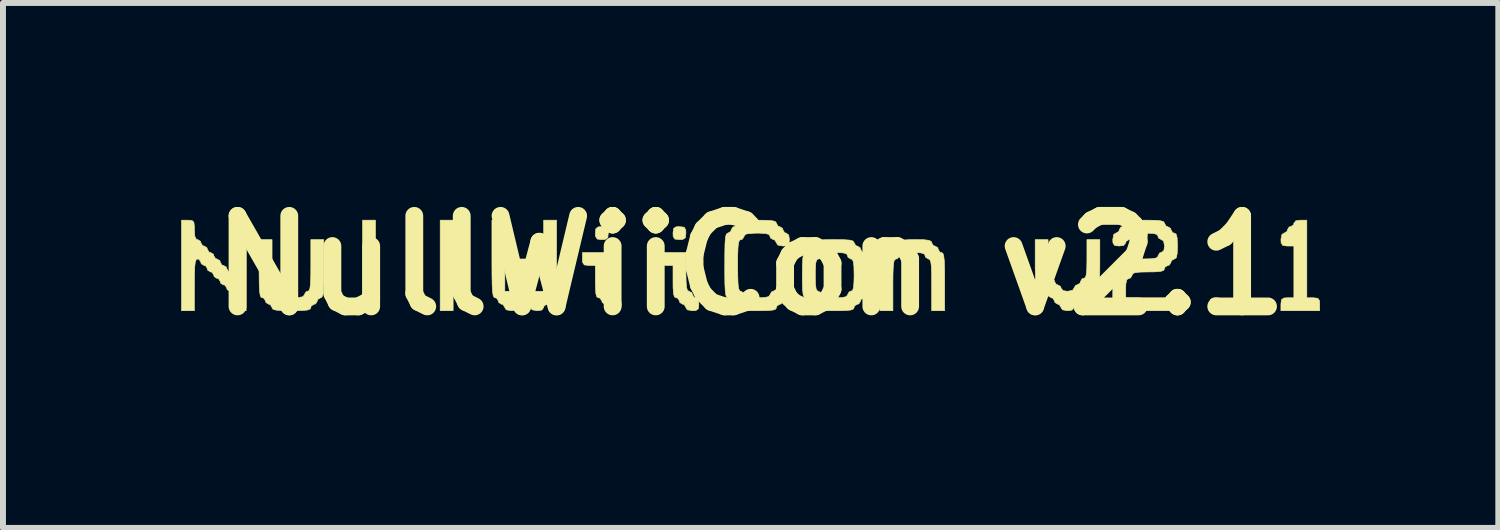
<source format=kicad_pcb>
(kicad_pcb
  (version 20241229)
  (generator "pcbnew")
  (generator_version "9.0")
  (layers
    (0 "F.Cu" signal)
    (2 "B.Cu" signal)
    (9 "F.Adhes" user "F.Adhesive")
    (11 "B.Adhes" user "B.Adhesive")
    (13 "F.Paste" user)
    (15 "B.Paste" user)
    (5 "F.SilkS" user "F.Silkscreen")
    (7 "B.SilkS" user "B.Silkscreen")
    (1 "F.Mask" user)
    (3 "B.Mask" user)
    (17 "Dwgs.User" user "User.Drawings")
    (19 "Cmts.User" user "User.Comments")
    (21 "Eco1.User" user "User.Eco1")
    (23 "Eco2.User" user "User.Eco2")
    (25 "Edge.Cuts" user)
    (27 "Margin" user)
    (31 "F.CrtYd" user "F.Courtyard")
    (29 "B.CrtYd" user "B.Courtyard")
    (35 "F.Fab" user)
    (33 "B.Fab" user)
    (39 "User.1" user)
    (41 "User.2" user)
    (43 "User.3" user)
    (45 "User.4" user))
  (footprint "NullWiiCon v2.1"
    (layer "F.Cu")
    (at 9.584 1.418)
    (property "Reference" "NullWiiCon v2.1" (at 0 0 0) (layer "F.SilkS") (effects (font (size 1.524 1.524) (thickness 0.3))))
    (attr through_hole)
    (fp_poly (pts (xy -6.314 0.762) (xy -6.531 0.762) (xy -6.531 -0.762) (xy -6.314 -0.762) (xy -6.314 0.762)) (stroke (width 0.01) (type solid)) (fill yes) (layer "F.SilkS"))
    (fp_poly (pts (xy -5.007 0.762) (xy -5.225 0.762) (xy -5.225 -0.762) (xy -5.007 -0.762) (xy -5.007 0.762)) (stroke (width 0.01) (type solid)) (fill yes) (layer "F.SilkS"))
    (fp_poly (pts (xy -2.427 -0.644) (xy -2.398 -0.602) (xy -2.395 -0.544) (xy -2.404 -0.467) (xy -2.446 -0.439) (xy -2.504 -0.435) (xy -2.581 -0.444) (xy -2.609 -0.487) (xy -2.613 -0.544) (xy -2.604 -0.621) (xy -2.561 -0.65) (xy -2.504 -0.653) (xy -2.427 -0.644)) (stroke (width 0.01) (type solid)) (fill yes) (layer "F.SilkS"))
    (fp_poly (pts (xy -1.12 -0.644) (xy -1.092 -0.602) (xy -1.089 -0.544) (xy -1.098 -0.467) (xy -1.14 -0.439) (xy -1.197 -0.435) (xy -1.275 -0.444) (xy -1.303 -0.487) (xy -1.306 -0.544) (xy -1.297 -0.621) (xy -1.255 -0.65) (xy -1.197 -0.653) (xy -1.12 -0.644)) (stroke (width 0.01) (type solid)) (fill yes) (layer "F.SilkS"))
    (fp_poly (pts (xy 7.915 0.553) (xy 7.943 0.596) (xy 7.947 0.653) (xy 7.938 0.73) (xy 7.895 0.759) (xy 7.838 0.762) (xy 7.761 0.753) (xy 7.732 0.711) (xy 7.729 0.653) (xy 7.738 0.576) (xy 7.78 0.548) (xy 7.838 0.544) (xy 7.915 0.553)) (stroke (width 0.01) (type solid)) (fill yes) (layer "F.SilkS"))
    (fp_poly (pts (xy 9.362 0.544) (xy 9.471 0.544) (xy 9.548 0.553) (xy 9.576 0.596) (xy 9.579 0.653) (xy 9.579 0.762) (xy 8.926 0.762) (xy 8.926 0.653) (xy 8.935 0.576) (xy 8.978 0.548) (xy 9.035 0.544) (xy 9.144 0.544) (xy 9.144 -0.327) (xy 9.035 -0.327) (xy 8.958 -0.336) (xy 8.93 -0.378) (xy 8.926 -0.435) (xy 8.943 -0.522) (xy 8.981 -0.544) (xy 9.029 -0.573) (xy 9.035 -0.599) (xy 9.064 -0.647) (xy 9.09 -0.653) (xy 9.138 -0.682) (xy 9.144 -0.708) (xy 9.176 -0.751) (xy 9.253 -0.762) (xy 9.362 -0.762) (xy 9.362 0.544)) (stroke (width 0.01) (type solid)) (fill yes) (layer "F.SilkS"))
    (fp_poly (pts (xy -2.395 0.109) (xy -2.393 0.268) (xy -2.385 0.367) (xy -2.37 0.419) (xy -2.344 0.435) (xy -2.34 0.435) (xy -2.292 0.464) (xy -2.286 0.49) (xy -2.257 0.538) (xy -2.232 0.544) (xy -2.188 0.577) (xy -2.177 0.653) (xy -2.186 0.73) (xy -2.229 0.759) (xy -2.286 0.762) (xy -2.372 0.746) (xy -2.395 0.708) (xy -2.424 0.659) (xy -2.449 0.653) (xy -2.497 0.624) (xy -2.504 0.599) (xy -2.533 0.551) (xy -2.558 0.544) (xy -2.587 0.53) (xy -2.604 0.479) (xy -2.611 0.377) (xy -2.613 0.272) (xy -2.613 0) (xy -2.721 0) (xy -2.799 -0.009) (xy -2.827 -0.051) (xy -2.83 -0.109) (xy -2.83 -0.218) (xy -2.395 -0.218) (xy -2.395 0.109)) (stroke (width 0.01) (type solid)) (fill yes) (layer "F.SilkS"))
    (fp_poly (pts (xy -1.089 0.109) (xy -1.086 0.268) (xy -1.079 0.367) (xy -1.063 0.419) (xy -1.038 0.435) (xy -1.034 0.435) (xy -0.986 0.464) (xy -0.98 0.49) (xy -0.951 0.538) (xy -0.925 0.544) (xy -0.882 0.577) (xy -0.871 0.653) (xy -0.88 0.73) (xy -0.922 0.759) (xy -0.98 0.762) (xy -1.066 0.746) (xy -1.089 0.708) (xy -1.118 0.659) (xy -1.143 0.653) (xy -1.191 0.624) (xy -1.197 0.599) (xy -1.226 0.551) (xy -1.252 0.544) (xy -1.281 0.53) (xy -1.297 0.479) (xy -1.305 0.377) (xy -1.306 0.272) (xy -1.306 0) (xy -1.415 0) (xy -1.492 -0.009) (xy -1.521 -0.051) (xy -1.524 -0.109) (xy -1.524 -0.218) (xy -1.089 -0.218) (xy -1.089 0.109)) (stroke (width 0.01) (type solid)) (fill yes) (layer "F.SilkS"))
    (fp_poly (pts (xy -4.137 0.435) (xy -3.919 0.435) (xy -3.919 -0.109) (xy -3.701 -0.109) (xy -3.701 0.435) (xy -3.483 0.435) (xy -3.483 -0.762) (xy -3.266 -0.762) (xy -3.266 -0.109) (xy -3.266 0.127) (xy -3.269 0.3) (xy -3.275 0.419) (xy -3.284 0.493) (xy -3.298 0.531) (xy -3.317 0.544) (xy -3.32 0.544) (xy -3.368 0.573) (xy -3.375 0.599) (xy -3.404 0.647) (xy -3.429 0.653) (xy -3.477 0.682) (xy -3.483 0.708) (xy -3.516 0.751) (xy -3.592 0.762) (xy -3.679 0.746) (xy -3.701 0.708) (xy -3.734 0.664) (xy -3.81 0.653) (xy -3.896 0.669) (xy -3.919 0.708) (xy -3.951 0.751) (xy -4.028 0.762) (xy -4.114 0.746) (xy -4.137 0.708) (xy -4.166 0.659) (xy -4.191 0.653) (xy -4.239 0.624) (xy -4.245 0.599) (xy -4.274 0.551) (xy -4.3 0.544) (xy -4.32 0.535) (xy -4.334 0.501) (xy -4.344 0.434) (xy -4.35 0.323) (xy -4.353 0.16) (xy -4.354 -0.065) (xy -4.354 -0.109) (xy -4.354 -0.762) (xy -4.137 -0.762) (xy -4.137 0.435)) (stroke (width 0.01) (type solid)) (fill yes) (layer "F.SilkS"))
    (fp_poly (pts (xy 2.372 -0.419) (xy 2.395 -0.381) (xy 2.424 -0.333) (xy 2.449 -0.327) (xy 2.497 -0.356) (xy 2.504 -0.381) (xy 2.518 -0.41) (xy 2.569 -0.427) (xy 2.671 -0.434) (xy 2.776 -0.435) (xy 2.919 -0.433) (xy 3.004 -0.422) (xy 3.042 -0.402) (xy 3.048 -0.381) (xy 3.077 -0.333) (xy 3.102 -0.327) (xy 3.151 -0.298) (xy 3.157 -0.272) (xy 3.186 -0.224) (xy 3.211 -0.218) (xy 3.234 -0.207) (xy 3.249 -0.169) (xy 3.259 -0.093) (xy 3.264 0.032) (xy 3.266 0.217) (xy 3.266 0.272) (xy 3.266 0.762) (xy 3.048 0.762) (xy 3.048 0.327) (xy 3.047 0.139) (xy 3.042 0.013) (xy 3.032 -0.063) (xy 3.015 -0.1) (xy 2.994 -0.109) (xy 2.945 -0.138) (xy 2.939 -0.163) (xy 2.922 -0.195) (xy 2.863 -0.212) (xy 2.748 -0.218) (xy 2.721 -0.218) (xy 2.595 -0.214) (xy 2.527 -0.199) (xy 2.504 -0.17) (xy 2.504 -0.163) (xy 2.475 -0.115) (xy 2.449 -0.109) (xy 2.426 -0.098) (xy 2.41 -0.058) (xy 2.401 0.023) (xy 2.396 0.155) (xy 2.395 0.327) (xy 2.395 0.762) (xy 2.177 0.762) (xy 2.177 -0.435) (xy 2.286 -0.435) (xy 2.372 -0.419)) (stroke (width 0.01) (type solid)) (fill yes) (layer "F.SilkS"))
    (fp_poly (pts (xy -8.055 0) (xy -8.054 0.188) (xy -8.049 0.314) (xy -8.039 0.39) (xy -8.022 0.427) (xy -8.001 0.435) (xy -7.953 0.464) (xy -7.947 0.49) (xy -7.93 0.521) (xy -7.871 0.538) (xy -7.755 0.544) (xy -7.729 0.544) (xy -7.602 0.54) (xy -7.535 0.525) (xy -7.512 0.496) (xy -7.511 0.49) (xy -7.482 0.442) (xy -7.457 0.435) (xy -7.433 0.425) (xy -7.417 0.384) (xy -7.408 0.304) (xy -7.403 0.172) (xy -7.402 0) (xy -7.402 -0.435) (xy -7.185 -0.435) (xy -7.185 0.054) (xy -7.186 0.255) (xy -7.19 0.394) (xy -7.198 0.481) (xy -7.212 0.528) (xy -7.233 0.544) (xy -7.239 0.544) (xy -7.287 0.573) (xy -7.293 0.599) (xy -7.322 0.647) (xy -7.348 0.653) (xy -7.396 0.682) (xy -7.402 0.708) (xy -7.415 0.734) (xy -7.461 0.751) (xy -7.554 0.759) (xy -7.705 0.762) (xy -7.729 0.762) (xy -7.888 0.76) (xy -7.987 0.752) (xy -8.039 0.737) (xy -8.055 0.712) (xy -8.055 0.708) (xy -8.084 0.659) (xy -8.11 0.653) (xy -8.158 0.624) (xy -8.164 0.599) (xy -8.193 0.551) (xy -8.219 0.544) (xy -8.241 0.534) (xy -8.256 0.496) (xy -8.266 0.42) (xy -8.271 0.294) (xy -8.273 0.11) (xy -8.273 0.054) (xy -8.273 -0.435) (xy -8.055 -0.435) (xy -8.055 0)) (stroke (width 0.01) (type solid)) (fill yes) (layer "F.SilkS"))
    (fp_poly (pts (xy -9.404 -0.757) (xy -9.372 -0.73) (xy -9.362 -0.66) (xy -9.362 -0.599) (xy -9.355 -0.491) (xy -9.33 -0.442) (xy -9.307 -0.435) (xy -9.259 -0.406) (xy -9.253 -0.381) (xy -9.224 -0.333) (xy -9.198 -0.327) (xy -9.15 -0.298) (xy -9.144 -0.272) (xy -9.115 -0.224) (xy -9.09 -0.218) (xy -9.041 -0.189) (xy -9.035 -0.163) (xy -9.006 -0.115) (xy -8.981 -0.109) (xy -8.933 -0.08) (xy -8.926 -0.054) (xy -8.897 -0.006) (xy -8.872 0) (xy -8.824 0.029) (xy -8.817 0.054) (xy -8.788 0.103) (xy -8.763 0.109) (xy -8.74 0.098) (xy -8.724 0.058) (xy -8.714 -0.023) (xy -8.71 -0.155) (xy -8.709 -0.327) (xy -8.709 -0.762) (xy -8.491 -0.762) (xy -8.491 0.762) (xy -8.6 0.762) (xy -8.667 0.757) (xy -8.698 0.73) (xy -8.708 0.66) (xy -8.709 0.599) (xy -8.716 0.491) (xy -8.74 0.442) (xy -8.763 0.435) (xy -8.811 0.406) (xy -8.817 0.381) (xy -8.846 0.333) (xy -8.872 0.327) (xy -8.92 0.298) (xy -8.926 0.272) (xy -8.955 0.224) (xy -8.981 0.218) (xy -9.029 0.189) (xy -9.035 0.163) (xy -9.064 0.115) (xy -9.09 0.109) (xy -9.138 0.08) (xy -9.144 0.054) (xy -9.173 0.006) (xy -9.198 0) (xy -9.247 -0.029) (xy -9.253 -0.054) (xy -9.282 -0.103) (xy -9.307 -0.109) (xy -9.331 -0.098) (xy -9.347 -0.058) (xy -9.356 0.023) (xy -9.361 0.155) (xy -9.362 0.327) (xy -9.362 0.762) (xy -9.579 0.762) (xy -9.579 -0.762) (xy -9.471 -0.762) (xy -9.404 -0.757)) (stroke (width 0.01) (type solid)) (fill yes) (layer "F.SilkS"))
    (fp_poly (pts (xy 5.007 -0.109) (xy 5.01 0.05) (xy 5.017 0.15) (xy 5.033 0.201) (xy 5.058 0.218) (xy 5.062 0.218) (xy 5.11 0.247) (xy 5.116 0.272) (xy 5.145 0.32) (xy 5.171 0.327) (xy 5.219 0.356) (xy 5.225 0.381) (xy 5.258 0.424) (xy 5.334 0.435) (xy 5.42 0.419) (xy 5.443 0.381) (xy 5.472 0.333) (xy 5.497 0.327) (xy 5.545 0.298) (xy 5.552 0.272) (xy 5.581 0.224) (xy 5.606 0.218) (xy 5.633 0.205) (xy 5.649 0.159) (xy 5.658 0.066) (xy 5.661 -0.085) (xy 5.661 -0.109) (xy 5.661 -0.435) (xy 5.878 -0.435) (xy 5.878 -0.054) (xy 5.877 0.12) (xy 5.87 0.233) (xy 5.858 0.297) (xy 5.838 0.324) (xy 5.824 0.327) (xy 5.776 0.356) (xy 5.769 0.381) (xy 5.74 0.429) (xy 5.715 0.435) (xy 5.667 0.464) (xy 5.661 0.49) (xy 5.632 0.538) (xy 5.606 0.544) (xy 5.558 0.573) (xy 5.552 0.599) (xy 5.523 0.647) (xy 5.497 0.653) (xy 5.449 0.682) (xy 5.443 0.708) (xy 5.41 0.751) (xy 5.334 0.762) (xy 5.248 0.746) (xy 5.225 0.708) (xy 5.196 0.659) (xy 5.171 0.653) (xy 5.123 0.624) (xy 5.116 0.599) (xy 5.087 0.551) (xy 5.062 0.544) (xy 5.014 0.515) (xy 5.007 0.49) (xy 4.978 0.442) (xy 4.953 0.435) (xy 4.905 0.406) (xy 4.899 0.381) (xy 4.87 0.333) (xy 4.844 0.327) (xy 4.819 0.315) (xy 4.803 0.272) (xy 4.794 0.186) (xy 4.79 0.046) (xy 4.79 -0.054) (xy 4.79 -0.435) (xy 5.007 -0.435) (xy 5.007 -0.109)) (stroke (width 0.01) (type solid)) (fill yes) (layer "F.SilkS"))
    (fp_poly (pts (xy 6.8 -0.76) (xy 6.899 -0.752) (xy 6.95 -0.737) (xy 6.967 -0.712) (xy 6.967 -0.708) (xy 6.996 -0.659) (xy 7.021 -0.653) (xy 7.069 -0.624) (xy 7.076 -0.599) (xy 7.105 -0.551) (xy 7.13 -0.544) (xy 7.162 -0.528) (xy 7.179 -0.468) (xy 7.184 -0.353) (xy 7.185 -0.327) (xy 7.18 -0.2) (xy 7.166 -0.132) (xy 7.137 -0.109) (xy 7.13 -0.109) (xy 7.082 -0.08) (xy 7.076 -0.054) (xy 7.047 -0.006) (xy 7.021 0) (xy 6.973 0.029) (xy 6.967 0.054) (xy 6.953 0.083) (xy 6.901 0.1) (xy 6.799 0.108) (xy 6.695 0.109) (xy 6.551 0.112) (xy 6.467 0.122) (xy 6.429 0.142) (xy 6.423 0.163) (xy 6.394 0.211) (xy 6.368 0.218) (xy 6.332 0.239) (xy 6.316 0.312) (xy 6.314 0.381) (xy 6.314 0.544) (xy 7.185 0.544) (xy 7.185 0.762) (xy 6.096 0.762) (xy 6.096 0.435) (xy 6.098 0.276) (xy 6.106 0.177) (xy 6.121 0.125) (xy 6.146 0.109) (xy 6.15 0.109) (xy 6.199 0.08) (xy 6.205 0.054) (xy 6.234 0.006) (xy 6.259 0) (xy 6.307 -0.029) (xy 6.314 -0.054) (xy 6.328 -0.083) (xy 6.379 -0.1) (xy 6.481 -0.108) (xy 6.586 -0.109) (xy 6.729 -0.112) (xy 6.814 -0.122) (xy 6.852 -0.142) (xy 6.858 -0.163) (xy 6.887 -0.211) (xy 6.912 -0.218) (xy 6.956 -0.25) (xy 6.967 -0.327) (xy 6.951 -0.413) (xy 6.912 -0.435) (xy 6.864 -0.464) (xy 6.858 -0.49) (xy 6.841 -0.521) (xy 6.782 -0.538) (xy 6.667 -0.544) (xy 6.64 -0.544) (xy 6.514 -0.54) (xy 6.446 -0.525) (xy 6.423 -0.496) (xy 6.423 -0.49) (xy 6.394 -0.442) (xy 6.368 -0.435) (xy 6.32 -0.406) (xy 6.314 -0.381) (xy 6.281 -0.338) (xy 6.205 -0.327) (xy 6.128 -0.336) (xy 6.099 -0.378) (xy 6.096 -0.435) (xy 6.112 -0.522) (xy 6.15 -0.544) (xy 6.199 -0.573) (xy 6.205 -0.599) (xy 6.234 -0.647) (xy 6.259 -0.653) (xy 6.307 -0.682) (xy 6.314 -0.708) (xy 6.326 -0.734) (xy 6.373 -0.751) (xy 6.465 -0.759) (xy 6.617 -0.762) (xy 6.64 -0.762) (xy 6.8 -0.76)) (stroke (width 0.01) (type solid)) (fill yes) (layer "F.SilkS"))
    (fp_poly (pts (xy 1.574 -0.433) (xy 1.674 -0.426) (xy 1.725 -0.41) (xy 1.742 -0.385) (xy 1.742 -0.381) (xy 1.771 -0.333) (xy 1.796 -0.327) (xy 1.844 -0.298) (xy 1.851 -0.272) (xy 1.88 -0.224) (xy 1.905 -0.218) (xy 1.93 -0.206) (xy 1.946 -0.163) (xy 1.955 -0.077) (xy 1.959 0.063) (xy 1.959 0.163) (xy 1.958 0.337) (xy 1.952 0.45) (xy 1.939 0.515) (xy 1.919 0.541) (xy 1.905 0.544) (xy 1.857 0.573) (xy 1.851 0.599) (xy 1.822 0.647) (xy 1.796 0.653) (xy 1.748 0.682) (xy 1.742 0.708) (xy 1.729 0.734) (xy 1.683 0.751) (xy 1.59 0.759) (xy 1.439 0.762) (xy 1.415 0.762) (xy 1.256 0.76) (xy 1.157 0.752) (xy 1.105 0.737) (xy 1.089 0.712) (xy 1.089 0.708) (xy 1.06 0.659) (xy 1.034 0.653) (xy 0.986 0.624) (xy 0.98 0.599) (xy 0.951 0.551) (xy 0.925 0.544) (xy 0.9 0.533) (xy 0.884 0.49) (xy 0.875 0.404) (xy 0.871 0.264) (xy 0.871 0.163) (xy 1.089 0.163) (xy 1.091 0.307) (xy 1.102 0.391) (xy 1.122 0.429) (xy 1.143 0.435) (xy 1.191 0.464) (xy 1.197 0.49) (xy 1.214 0.521) (xy 1.273 0.538) (xy 1.389 0.544) (xy 1.415 0.544) (xy 1.542 0.54) (xy 1.609 0.525) (xy 1.632 0.496) (xy 1.633 0.49) (xy 1.662 0.442) (xy 1.687 0.435) (xy 1.716 0.421) (xy 1.733 0.37) (xy 1.74 0.268) (xy 1.742 0.163) (xy 1.739 0.02) (xy 1.729 -0.065) (xy 1.708 -0.103) (xy 1.687 -0.109) (xy 1.639 -0.138) (xy 1.633 -0.163) (xy 1.616 -0.195) (xy 1.557 -0.212) (xy 1.441 -0.218) (xy 1.415 -0.218) (xy 1.289 -0.214) (xy 1.221 -0.199) (xy 1.198 -0.17) (xy 1.197 -0.163) (xy 1.168 -0.115) (xy 1.143 -0.109) (xy 1.114 -0.095) (xy 1.097 -0.043) (xy 1.09 0.059) (xy 1.089 0.163) (xy 0.871 0.163) (xy 0.873 -0.011) (xy 0.879 -0.124) (xy 0.891 -0.188) (xy 0.911 -0.215) (xy 0.925 -0.218) (xy 0.973 -0.247) (xy 0.98 -0.272) (xy 1.009 -0.32) (xy 1.034 -0.327) (xy 1.082 -0.356) (xy 1.089 -0.381) (xy 1.101 -0.408) (xy 1.148 -0.424) (xy 1.24 -0.433) (xy 1.391 -0.435) (xy 1.415 -0.435) (xy 1.574 -0.433)) (stroke (width 0.01) (type solid)) (fill yes) (layer "F.SilkS"))
    (fp_poly (pts (xy 0.268 -0.76) (xy 0.367 -0.752) (xy 0.419 -0.737) (xy 0.435 -0.712) (xy 0.435 -0.708) (xy 0.464 -0.659) (xy 0.49 -0.653) (xy 0.538 -0.624) (xy 0.544 -0.599) (xy 0.573 -0.551) (xy 0.599 -0.544) (xy 0.642 -0.512) (xy 0.653 -0.435) (xy 0.644 -0.358) (xy 0.602 -0.33) (xy 0.544 -0.327) (xy 0.458 -0.343) (xy 0.435 -0.381) (xy 0.406 -0.429) (xy 0.381 -0.435) (xy 0.333 -0.464) (xy 0.327 -0.49) (xy 0.31 -0.521) (xy 0.251 -0.538) (xy 0.135 -0.544) (xy 0.109 -0.544) (xy -0.018 -0.54) (xy -0.085 -0.525) (xy -0.108 -0.496) (xy -0.109 -0.49) (xy -0.138 -0.442) (xy -0.163 -0.435) (xy -0.187 -0.425) (xy -0.203 -0.384) (xy -0.212 -0.304) (xy -0.217 -0.172) (xy -0.218 0) (xy -0.216 0.188) (xy -0.211 0.314) (xy -0.201 0.39) (xy -0.185 0.427) (xy -0.163 0.435) (xy -0.115 0.464) (xy -0.109 0.49) (xy -0.092 0.521) (xy -0.033 0.538) (xy 0.083 0.544) (xy 0.109 0.544) (xy 0.235 0.54) (xy 0.303 0.525) (xy 0.326 0.496) (xy 0.327 0.49) (xy 0.356 0.442) (xy 0.381 0.435) (xy 0.429 0.406) (xy 0.435 0.381) (xy 0.468 0.338) (xy 0.544 0.327) (xy 0.621 0.336) (xy 0.65 0.378) (xy 0.653 0.435) (xy 0.637 0.522) (xy 0.599 0.544) (xy 0.551 0.573) (xy 0.544 0.599) (xy 0.515 0.647) (xy 0.49 0.653) (xy 0.442 0.682) (xy 0.435 0.708) (xy 0.423 0.734) (xy 0.376 0.751) (xy 0.284 0.759) (xy 0.133 0.762) (xy 0.109 0.762) (xy -0.05 0.76) (xy -0.15 0.752) (xy -0.201 0.737) (xy -0.218 0.712) (xy -0.218 0.708) (xy -0.247 0.659) (xy -0.272 0.653) (xy -0.32 0.624) (xy -0.327 0.599) (xy -0.356 0.551) (xy -0.381 0.544) (xy -0.402 0.534) (xy -0.417 0.498) (xy -0.427 0.425) (xy -0.433 0.306) (xy -0.435 0.129) (xy -0.435 0) (xy -0.434 -0.213) (xy -0.431 -0.364) (xy -0.424 -0.462) (xy -0.412 -0.518) (xy -0.394 -0.541) (xy -0.381 -0.544) (xy -0.333 -0.573) (xy -0.327 -0.599) (xy -0.298 -0.647) (xy -0.272 -0.653) (xy -0.224 -0.682) (xy -0.218 -0.708) (xy -0.205 -0.734) (xy -0.159 -0.751) (xy -0.066 -0.759) (xy 0.085 -0.762) (xy 0.109 -0.762) (xy 0.268 -0.76)) (stroke (width 0.01) (type solid)) (fill yes) (layer "F.SilkS")))
  (gr_rect
    (start -3 -3)
    (end 22.169 5.836)
    (stroke (width 0.1) (type default))
    (fill no)
    (layer "Edge.Cuts")))
</source>
